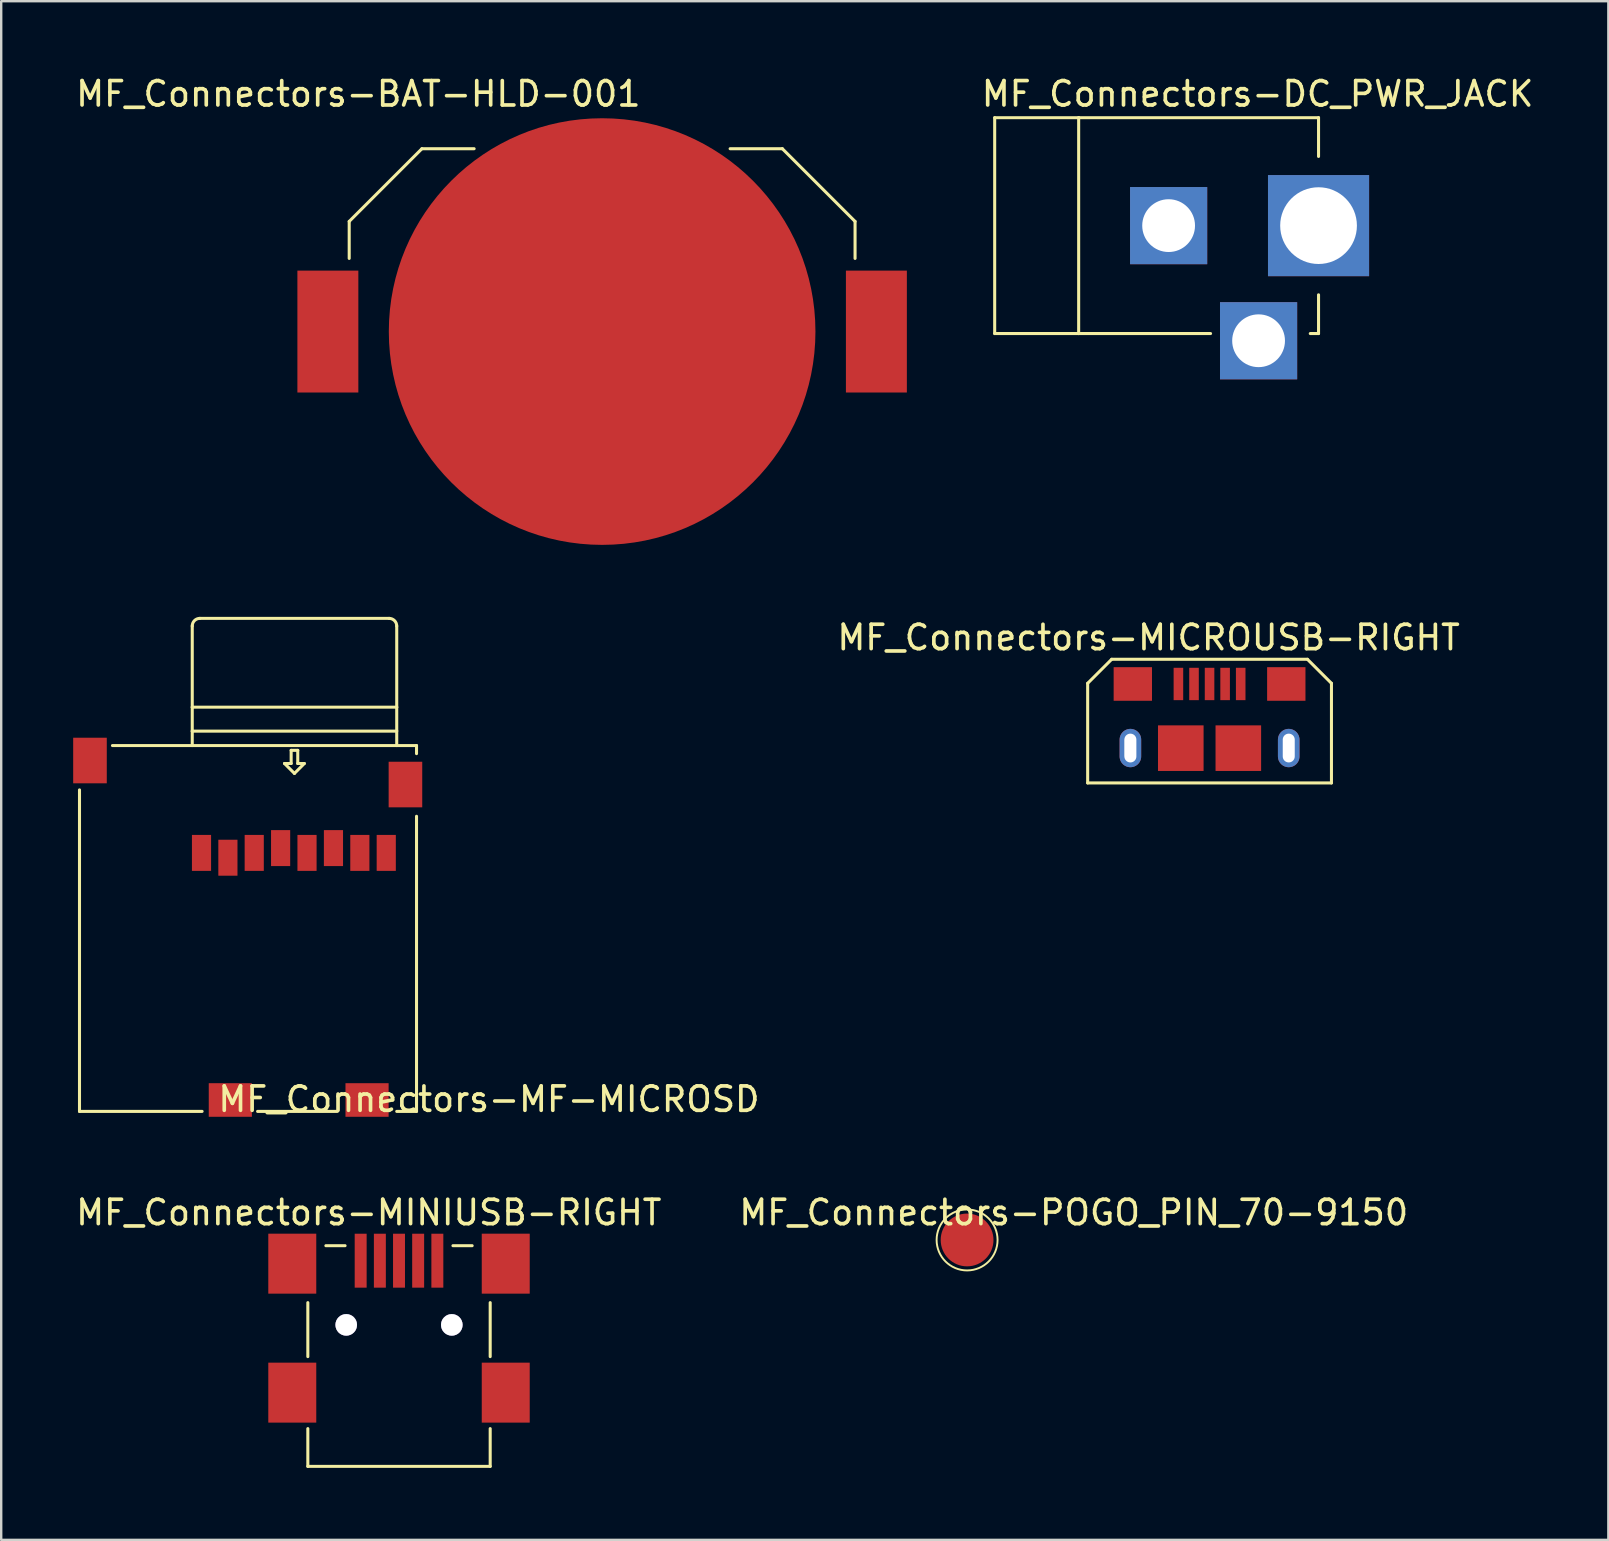
<source format=kicad_pcb>
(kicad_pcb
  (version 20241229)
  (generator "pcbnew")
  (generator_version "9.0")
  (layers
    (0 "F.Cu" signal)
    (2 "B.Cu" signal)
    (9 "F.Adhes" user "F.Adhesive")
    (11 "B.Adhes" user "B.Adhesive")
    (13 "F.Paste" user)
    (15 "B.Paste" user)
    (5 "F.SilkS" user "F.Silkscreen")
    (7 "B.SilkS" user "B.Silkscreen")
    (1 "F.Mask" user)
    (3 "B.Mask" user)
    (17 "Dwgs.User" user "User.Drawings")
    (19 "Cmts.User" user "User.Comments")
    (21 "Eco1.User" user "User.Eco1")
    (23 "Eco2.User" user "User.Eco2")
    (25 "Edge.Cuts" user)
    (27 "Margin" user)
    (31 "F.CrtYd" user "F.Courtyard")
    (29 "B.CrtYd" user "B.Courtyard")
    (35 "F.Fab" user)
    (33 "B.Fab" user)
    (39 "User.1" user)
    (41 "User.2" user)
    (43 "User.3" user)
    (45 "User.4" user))
  (footprint "MF_Connectors-BAT-HLD-001"
    (layer "F.Cu")
    (at 22.044 10.768)
    (property "Reference" "MF_Connectors-BAT-HLD-001" (at -10.16 -9.906 0) (layer "F.SilkS") (effects (font (size 1.016 1.016) (thickness 0.152))))
    (attr smd)
    (fp_line (start -10.541 -4.59) (end -7.511 -7.62) (stroke (width 0.127) (type solid)) (layer "F.SilkS"))
    (fp_line (start -10.541 -3.048) (end -10.541 -4.59) (stroke (width 0.127) (type solid)) (layer "F.SilkS"))
    (fp_line (start -5.334 -7.62) (end -7.511 -7.62) (stroke (width 0.127) (type solid)) (layer "F.SilkS"))
    (fp_line (start 7.511 -7.62) (end 5.334 -7.62) (stroke (width 0.127) (type solid)) (layer "F.SilkS"))
    (fp_line (start 10.541 -4.59) (end 7.511 -7.62) (stroke (width 0.127) (type solid)) (layer "F.SilkS"))
    (fp_line (start 10.541 -3.048) (end 10.541 -4.59) (stroke (width 0.127) (type solid)) (layer "F.SilkS"))
    (pad "NEG_" smd circle (at 0 0) (size 17.78 17.78) (layers "F.Cu" "F.Mask" "F.Paste"))
    (pad "POS_" smd rect (at -11.43 0 90) (size 5.08 2.54) (layers "F.Cu" "F.Mask" "F.Paste"))
    (pad "POS_" smd rect (at 11.43 0 90) (size 5.08 2.54) (layers "F.Cu" "F.Mask" "F.Paste")))
  (footprint "MF_Connectors-POGO_PIN_70-9150"
    (layer "F.Cu")
    (at 37.254 48.626)
    (property "Reference" "MF_Connectors-POGO_PIN_70-9150" (at 4.445 -1.143 0) (layer "F.SilkS") (effects (font (size 1.016 1.016) (thickness 0.152))))
    (attr smd)
    (fp_circle (center 0 0) (end 0 1.27) (stroke (width 0.08) (type solid)) (fill no) (layer "F.SilkS"))
    (pad "1" smd circle (at 0 0) (size 2.2 2.2) (layers "F.Cu" "F.Mask" "F.Paste")))
  (footprint "MF_Connectors-DC_PWR_JACK"
    (layer "F.Cu")
    (at 45.653 6.353)
    (property "Reference" "MF_Connectors-DC_PWR_JACK" (at 3.708 -5.491 180) (layer "F.SilkS") (effects (font (size 1.016 1.016) (thickness 0.152))))
    (attr exclude_from_pos_files exclude_from_bom)
    (fp_line (start -7.249 -4.498) (end -7.249 4.498) (stroke (width 0.127) (type solid)) (layer "F.SilkS"))
    (fp_line (start -7.249 -4.498) (end -3.749 -4.498) (stroke (width 0.127) (type solid)) (layer "F.SilkS"))
    (fp_line (start -7.249 4.498) (end -3.749 4.498) (stroke (width 0.127) (type solid)) (layer "F.SilkS"))
    (fp_line (start -3.749 -4.498) (end -3.749 4.498) (stroke (width 0.127) (type solid)) (layer "F.SilkS"))
    (fp_line (start -3.749 -4.498) (end 6.248 -4.498) (stroke (width 0.127) (type solid)) (layer "F.SilkS"))
    (fp_line (start -3.749 4.498) (end 1.748 4.498) (stroke (width 0.127) (type solid)) (layer "F.SilkS"))
    (fp_line (start 5.903 4.498) (end 6.248 4.498) (stroke (width 0.127) (type solid)) (layer "F.SilkS"))
    (fp_line (start 6.248 -4.498) (end 6.248 -2.883) (stroke (width 0.127) (type solid)) (layer "F.SilkS"))
    (fp_line (start 6.248 4.498) (end 6.248 2.883) (stroke (width 0.127) (type solid)) (layer "F.SilkS"))
    (pad "PIN" thru_hole rect (at 6.248 0) (size 4.214 4.214) (drill 3.198) (layers "*.Cu" "*.Mask"))
    (pad "SLEE" thru_hole rect (at 0 0) (size 3.216 3.216) (drill 2.2) (layers "*.Cu" "*.Mask"))
    (pad "SLEE" thru_hole rect (at 3.749 4.798) (size 3.216 3.216) (drill 2.2) (layers "*.Cu" "*.Mask")))
  (footprint "MF_Connectors-MF-MICROSD"
    (layer "F.Cu")
    (at 7.286 35.645)
    (property "Reference" "MF_Connectors-MF-MICROSD" (at 10.041 7.115 0) (layer "F.SilkS") (effects (font (size 1.016 1.016) (thickness 0.152))))
    (attr smd)
    (fp_line (start -7.023 -5.776) (end -7.023 7.623) (stroke (width 0.127) (type solid)) (layer "F.SilkS"))
    (fp_line (start -7.023 7.623) (end -1.913 7.623) (stroke (width 0.127) (type solid)) (layer "F.SilkS"))
    (fp_line (start -2.324 -9.223) (end -2.324 -12.606) (stroke (width 0.127) (type solid)) (layer "F.SilkS"))
    (fp_line (start -2.324 -9.223) (end 6.198 -9.223) (stroke (width 0.127) (type solid)) (layer "F.SilkS"))
    (fp_line (start -2.324 -8.225) (end -2.324 -9.223) (stroke (width 0.127) (type solid)) (layer "F.SilkS"))
    (fp_line (start -2.324 -8.225) (end 6.198 -8.225) (stroke (width 0.127) (type solid)) (layer "F.SilkS"))
    (fp_line (start -2.324 -7.623) (end -2.324 -8.225) (stroke (width 0.127) (type solid)) (layer "F.SilkS"))
    (fp_line (start -2.007 -12.924) (end 5.88 -12.924) (stroke (width 0.127) (type solid)) (layer "F.SilkS"))
    (fp_line (start 0.399 7.623) (end 3.724 7.623) (stroke (width 0.127) (type solid)) (layer "F.SilkS"))
    (fp_line (start 1.521 -6.876) (end 1.798 -6.876) (stroke (width 0.127) (type solid)) (layer "F.SilkS"))
    (fp_line (start 1.798 -7.424) (end 2.073 -7.424) (stroke (width 0.127) (type solid)) (layer "F.SilkS"))
    (fp_line (start 1.798 -6.876) (end 1.798 -7.424) (stroke (width 0.127) (type solid)) (layer "F.SilkS"))
    (fp_line (start 1.935 -6.462) (end 1.521 -6.876) (stroke (width 0.127) (type solid)) (layer "F.SilkS"))
    (fp_line (start 2.073 -7.424) (end 2.073 -6.876) (stroke (width 0.127) (type solid)) (layer "F.SilkS"))
    (fp_line (start 2.073 -6.876) (end 2.347 -6.876) (stroke (width 0.127) (type solid)) (layer "F.SilkS"))
    (fp_line (start 2.347 -6.876) (end 1.935 -6.462) (stroke (width 0.127) (type solid)) (layer "F.SilkS"))
    (fp_line (start 6.198 -12.606) (end 6.198 -9.223) (stroke (width 0.127) (type solid)) (layer "F.SilkS"))
    (fp_line (start 6.198 -9.223) (end 6.198 -8.25) (stroke (width 0.127) (type solid)) (layer "F.SilkS"))
    (fp_line (start 6.198 -7.623) (end 6.198 -8.225) (stroke (width 0.127) (type solid)) (layer "F.SilkS"))
    (fp_line (start 6.198 7.623) (end 7.023 7.623) (stroke (width 0.127) (type solid)) (layer "F.SilkS"))
    (fp_line (start 7.023 -7.623) (end -5.649 -7.623) (stroke (width 0.127) (type solid)) (layer "F.SilkS"))
    (fp_line (start 7.023 -7.287) (end 7.023 -7.623) (stroke (width 0.127) (type solid)) (layer "F.SilkS"))
    (fp_line (start 7.023 7.623) (end 7.023 -4.676) (stroke (width 0.127) (type solid)) (layer "F.SilkS"))
    (fp_arc (start -2.3241 -12.60602) (mid -2.231106 -12.830526) (end -2.0066 -12.92352) (stroke (width 0.127) (type solid)) (layer "F.SilkS"))
    (fp_arc (start 5.8801 -12.92352) (mid 6.104606 -12.830526) (end 6.1976 -12.60602) (stroke (width 0.127) (type solid)) (layer "F.SilkS"))
    (pad "1" smd rect (at -1.938 -3.15 180) (size 0.798 1.499) (layers "F.Cu" "F.Mask" "F.Paste"))
    (pad "1" smd rect (at -0.737 7.148) (size 1.798 1.4) (layers "F.Cu" "F.Mask" "F.Paste"))
    (pad "2" smd rect (at -0.838 -2.949 180) (size 0.798 1.499) (layers "F.Cu" "F.Mask" "F.Paste"))
    (pad "3" smd rect (at 0.259 -3.15 180) (size 0.798 1.499) (layers "F.Cu" "F.Mask" "F.Paste"))
    (pad "4" smd rect (at 1.359 -3.35 180) (size 0.798 1.499) (layers "F.Cu" "F.Mask" "F.Paste"))
    (pad "5" smd rect (at 2.459 -3.15 180) (size 0.798 1.499) (layers "F.Cu" "F.Mask" "F.Paste"))
    (pad "6" smd rect (at 3.561 -3.35 180) (size 0.798 1.499) (layers "F.Cu" "F.Mask" "F.Paste"))
    (pad "7" smd rect (at 4.661 -3.15 180) (size 0.798 1.499) (layers "F.Cu" "F.Mask" "F.Paste"))
    (pad "8" smd rect (at 5.761 -3.15 180) (size 0.798 1.499) (layers "F.Cu" "F.Mask" "F.Paste"))
    (pad "9" smd rect (at 4.961 7.148) (size 1.798 1.4) (layers "F.Cu" "F.Mask" "F.Paste"))
    (pad "G0" smd rect (at -6.586 -7) (size 1.4 1.9) (layers "F.Cu" "F.Mask" "F.Paste"))
    (pad "G1" smd rect (at 6.561 -5.999) (size 1.4 1.9) (layers "F.Cu" "F.Mask" "F.Paste")))
  (footprint "MF_Connectors-MICROUSB-RIGHT"
    (layer "F.Cu")
    (at 47.359 26.725)
    (property "Reference" "MF_Connectors-MICROUSB-RIGHT" (at -2.54 -3.205 0) (layer "F.SilkS") (effects (font (size 1.016 1.016) (thickness 0.152))))
    (attr smd)
    (fp_line (start -5.08 -1.298) (end -4.079 -2.299) (stroke (width 0.127) (type solid)) (layer "F.SilkS"))
    (fp_line (start -5.08 2.855) (end -5.08 -1.298) (stroke (width 0.127) (type solid)) (layer "F.SilkS"))
    (fp_line (start -5.08 2.855) (end 5.08 2.855) (stroke (width 0.127) (type solid)) (layer "F.SilkS"))
    (fp_line (start -4.079 -2.299) (end 4.079 -2.299) (stroke (width 0.127) (type solid)) (layer "F.SilkS"))
    (fp_line (start -3.548 1.049) (end -3.548 1.748) (stroke (width 0.008) (type solid)) (layer "F.SilkS"))
    (fp_line (start 4.079 -2.299) (end 5.08 -1.298) (stroke (width 0.127) (type solid)) (layer "F.SilkS"))
    (fp_line (start 5.08 -1.298) (end 5.08 2.855) (stroke (width 0.127) (type solid)) (layer "F.SilkS"))
    (pad "1" smd rect (at -1.298 -1.27 180) (size 0.399 1.349) (layers "F.Cu" "F.Mask" "F.Paste"))
    (pad "2" smd rect (at -0.648 -1.27 180) (size 0.399 1.349) (layers "F.Cu" "F.Mask" "F.Paste"))
    (pad "3" smd rect (at 0 -1.27 180) (size 0.399 1.349) (layers "F.Cu" "F.Mask" "F.Paste"))
    (pad "4" smd rect (at 0.648 -1.27 180) (size 0.399 1.349) (layers "F.Cu" "F.Mask" "F.Paste"))
    (pad "5" smd rect (at 1.298 -1.27 180) (size 0.399 1.349) (layers "F.Cu" "F.Mask" "F.Paste"))
    (pad "S1" smd oval (at -3.299 1.4 180) (size 0.899 1.598) (layers "F.Cu" "F.Mask" "F.Paste"))
    (pad "S2" smd oval (at 3.299 1.4 180) (size 0.899 1.598) (layers "F.Cu" "F.Mask" "F.Paste"))
    (pad "S3" smd rect (at -3.198 -1.27 90) (size 1.4 1.598) (layers "F.Cu" "F.Mask" "F.Paste"))
    (pad "S4" smd rect (at 3.198 -1.27 90) (size 1.4 1.598) (layers "F.Cu" "F.Mask" "F.Paste"))
    (pad "S5" smd rect (at -1.199 1.405) (size 1.9 1.9) (layers "F.Cu" "F.Mask" "F.Paste"))
    (pad "S6" smd rect (at 1.199 1.405) (size 1.9 1.9) (layers "F.Cu" "F.Mask" "F.Paste"))
    (pad "S7" smd oval (at -3.299 1.4 180) (size 0.899 1.598) (layers "B.Cu" "B.Mask"))
    (pad "S8" smd oval (at 3.299 1.4 180) (size 0.899 1.598) (layers "B.Cu" "B.Mask"))
    (pad "SLOT" thru_hole oval (at -3.3 1.4) (size 0.5 1.2) (drill oval 0.5 1.2) (layers "*.Cu" "*.Mask"))
    (pad "SLOT" thru_hole oval (at 3.3 1.4) (size 0.5 1.2) (drill oval 0.5 1.2) (layers "*.Cu" "*.Mask")))
  (footprint "MF_Connectors-MINIUSB-RIGHT"
    (layer "F.Cu")
    (at 13.579 49.49)
    (property "Reference" "MF_Connectors-MINIUSB-RIGHT" (at -1.26 -2.007 0) (layer "F.SilkS") (effects (font (size 1.016 1.016) (thickness 0.152))))
    (attr smd)
    (fp_line (start -3.8 1.748) (end -3.8 3.998) (stroke (width 0.127) (type solid)) (layer "F.SilkS"))
    (fp_line (start -3.8 6.998) (end -3.8 8.572) (stroke (width 0.127) (type solid)) (layer "F.SilkS"))
    (fp_line (start -3.8 8.572) (end 3.8 8.572) (stroke (width 0.127) (type solid)) (layer "F.SilkS"))
    (fp_line (start -2.248 -0.625) (end -3.048 -0.625) (stroke (width 0.127) (type solid)) (layer "F.SilkS"))
    (fp_line (start 2.248 -0.625) (end 3.048 -0.625) (stroke (width 0.127) (type solid)) (layer "F.SilkS"))
    (fp_line (start 3.8 1.748) (end 3.8 3.998) (stroke (width 0.127) (type solid)) (layer "F.SilkS"))
    (fp_line (start 3.8 6.998) (end 3.8 8.572) (stroke (width 0.127) (type solid)) (layer "F.SilkS"))
    (pad "1" smd rect (at -1.598 0) (size 0.498 2.248) (layers "F.Cu" "F.Mask" "F.Paste"))
    (pad "2" smd rect (at -0.798 0) (size 0.498 2.248) (layers "F.Cu" "F.Mask" "F.Paste"))
    (pad "3" smd rect (at 0 0) (size 0.498 2.248) (layers "F.Cu" "F.Mask" "F.Paste"))
    (pad "4" smd rect (at 0.798 0) (size 0.498 2.248) (layers "F.Cu" "F.Mask" "F.Paste"))
    (pad "5" smd rect (at 1.598 0) (size 0.498 2.248) (layers "F.Cu" "F.Mask" "F.Paste"))
    (pad "MNT" thru_hole circle (at -2.2 2.675 180) (size 0.9 0.9) (drill 0.9) (layers "*.Cu" "*.Mask"))
    (pad "MNT" thru_hole circle (at 2.2 2.675 180) (size 0.9 0.9) (drill 0.9) (layers "*.Cu" "*.Mask"))
    (pad "S1" smd rect (at -4.448 0.124) (size 1.999 2.499) (layers "F.Cu" "F.Mask" "F.Paste"))
    (pad "S2" smd rect (at 4.448 0.124) (size 1.999 2.499) (layers "F.Cu" "F.Mask" "F.Paste"))
    (pad "S3" smd rect (at -4.448 5.499) (size 1.999 2.499) (layers "F.Cu" "F.Mask" "F.Paste"))
    (pad "S4" smd rect (at 4.448 5.499) (size 1.999 2.499) (layers "F.Cu" "F.Mask" "F.Paste")))
  (gr_rect
    (start -3 -3)
    (end 63.979 61.126)
    (stroke (width 0.1) (type default))
    (fill no)
    (layer "Edge.Cuts")))
</source>
